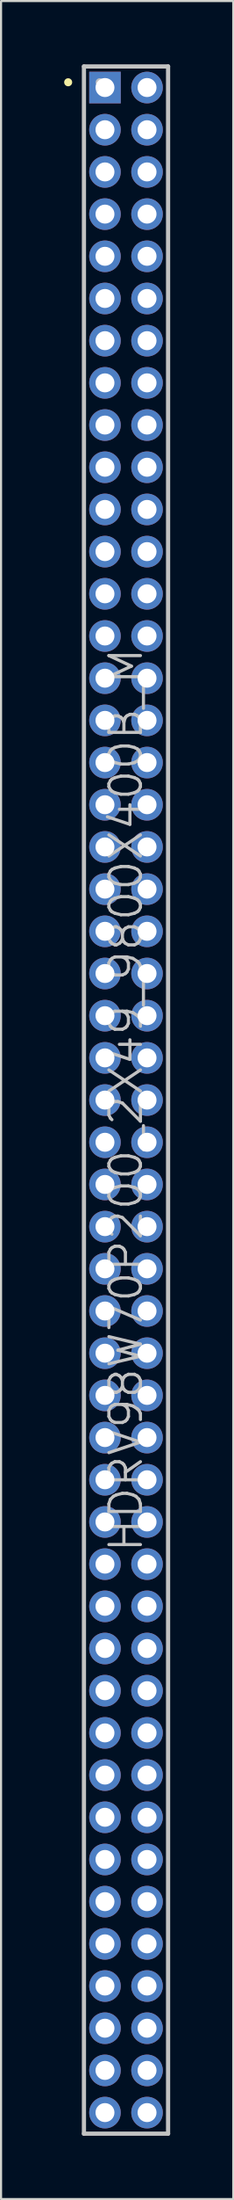
<source format=kicad_pcb>
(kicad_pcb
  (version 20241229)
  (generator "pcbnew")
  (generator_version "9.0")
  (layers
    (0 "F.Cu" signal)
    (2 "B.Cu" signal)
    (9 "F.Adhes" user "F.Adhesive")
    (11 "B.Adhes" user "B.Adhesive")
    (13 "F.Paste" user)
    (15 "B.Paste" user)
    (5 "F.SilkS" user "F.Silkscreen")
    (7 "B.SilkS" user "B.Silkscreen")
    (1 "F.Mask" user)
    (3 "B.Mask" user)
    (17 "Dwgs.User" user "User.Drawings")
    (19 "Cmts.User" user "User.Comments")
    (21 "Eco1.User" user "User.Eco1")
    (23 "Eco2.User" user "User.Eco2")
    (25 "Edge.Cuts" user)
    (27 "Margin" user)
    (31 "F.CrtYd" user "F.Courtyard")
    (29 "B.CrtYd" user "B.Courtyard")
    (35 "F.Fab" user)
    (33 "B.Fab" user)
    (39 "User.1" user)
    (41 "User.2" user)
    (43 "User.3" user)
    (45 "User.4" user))
  (footprint "HDRV98W70P200_2X49_9800X400B_M"
    (layer "F.Cu")
    (at 2.941 49.1)
    (property "Reference" "HDRV98W70P200_2X49_9800X400B_M" (at 0 0 90) (layer "Dwgs.User") (effects (font (size 1.5 1.5) (thickness 0.15))))
    (attr through_hole)
    (fp_line (start -2.75 -48.25) (end -2.75 -48.25) (stroke (width 0.381) (type solid)) (layer "F.SilkS"))
    (fp_line (start -2 -49) (end -2 49) (stroke (width 0.2) (type solid)) (layer "Dwgs.User"))
    (fp_line (start -2 -49) (end 2 -49) (stroke (width 0.2) (type solid)) (layer "Dwgs.User"))
    (fp_line (start -2 49) (end 2 49) (stroke (width 0.2) (type solid)) (layer "Dwgs.User"))
    (fp_line (start -1.25 -48.25) (end -1.25 -48.25) (stroke (width 0.381) (type solid)) (layer "Dwgs.User"))
    (fp_line (start 2 -49) (end 2 49) (stroke (width 0.2) (type solid)) (layer "Dwgs.User"))
    (pad "1" thru_hole rect (at -1 -48) (size 1.5 1.5) (drill 0.9) (layers "*.Cu" "*.Mask"))
    (pad "2" thru_hole circle (at 1 -48 270) (size 1.5 1.5) (drill 0.9) (layers "*.Cu" "*.Mask"))
    (pad "3" thru_hole circle (at -1 -46 270) (size 1.5 1.5) (drill 0.9) (layers "*.Cu" "*.Mask"))
    (pad "4" thru_hole circle (at 1 -46 270) (size 1.5 1.5) (drill 0.9) (layers "*.Cu" "*.Mask"))
    (pad "5" thru_hole circle (at -1 -44 270) (size 1.5 1.5) (drill 0.9) (layers "*.Cu" "*.Mask"))
    (pad "6" thru_hole circle (at 1 -44 270) (size 1.5 1.5) (drill 0.9) (layers "*.Cu" "*.Mask"))
    (pad "7" thru_hole circle (at -1 -42 270) (size 1.5 1.5) (drill 0.9) (layers "*.Cu" "*.Mask"))
    (pad "8" thru_hole circle (at 1 -42 270) (size 1.5 1.5) (drill 0.9) (layers "*.Cu" "*.Mask"))
    (pad "9" thru_hole circle (at -1 -40 270) (size 1.5 1.5) (drill 0.9) (layers "*.Cu" "*.Mask"))
    (pad "10" thru_hole circle (at 1 -40 270) (size 1.5 1.5) (drill 0.9) (layers "*.Cu" "*.Mask"))
    (pad "11" thru_hole circle (at -1 -38 270) (size 1.5 1.5) (drill 0.9) (layers "*.Cu" "*.Mask"))
    (pad "12" thru_hole circle (at 1 -38 270) (size 1.5 1.5) (drill 0.9) (layers "*.Cu" "*.Mask"))
    (pad "13" thru_hole circle (at -1 -36 270) (size 1.5 1.5) (drill 0.9) (layers "*.Cu" "*.Mask"))
    (pad "14" thru_hole circle (at 1 -36 270) (size 1.5 1.5) (drill 0.9) (layers "*.Cu" "*.Mask"))
    (pad "15" thru_hole circle (at -1 -34 270) (size 1.5 1.5) (drill 0.9) (layers "*.Cu" "*.Mask"))
    (pad "16" thru_hole circle (at 1 -34 270) (size 1.5 1.5) (drill 0.9) (layers "*.Cu" "*.Mask"))
    (pad "17" thru_hole circle (at -1 -32 270) (size 1.5 1.5) (drill 0.9) (layers "*.Cu" "*.Mask"))
    (pad "18" thru_hole circle (at 1 -32 270) (size 1.5 1.5) (drill 0.9) (layers "*.Cu" "*.Mask"))
    (pad "19" thru_hole circle (at -1 -30 270) (size 1.5 1.5) (drill 0.9) (layers "*.Cu" "*.Mask"))
    (pad "20" thru_hole circle (at 1 -30 270) (size 1.5 1.5) (drill 0.9) (layers "*.Cu" "*.Mask"))
    (pad "21" thru_hole circle (at -1 -28 270) (size 1.5 1.5) (drill 0.9) (layers "*.Cu" "*.Mask"))
    (pad "22" thru_hole circle (at 1 -28 270) (size 1.5 1.5) (drill 0.9) (layers "*.Cu" "*.Mask"))
    (pad "23" thru_hole circle (at -1 -26 270) (size 1.5 1.5) (drill 0.9) (layers "*.Cu" "*.Mask"))
    (pad "24" thru_hole circle (at 1 -26 270) (size 1.5 1.5) (drill 0.9) (layers "*.Cu" "*.Mask"))
    (pad "25" thru_hole circle (at -1 -24 270) (size 1.5 1.5) (drill 0.9) (layers "*.Cu" "*.Mask"))
    (pad "26" thru_hole circle (at 1 -24 270) (size 1.5 1.5) (drill 0.9) (layers "*.Cu" "*.Mask"))
    (pad "27" thru_hole circle (at -1 -22 270) (size 1.5 1.5) (drill 0.9) (layers "*.Cu" "*.Mask"))
    (pad "28" thru_hole circle (at 1 -22 270) (size 1.5 1.5) (drill 0.9) (layers "*.Cu" "*.Mask"))
    (pad "29" thru_hole circle (at -1 -20 270) (size 1.5 1.5) (drill 0.9) (layers "*.Cu" "*.Mask"))
    (pad "30" thru_hole circle (at 1 -20 270) (size 1.5 1.5) (drill 0.9) (layers "*.Cu" "*.Mask"))
    (pad "31" thru_hole circle (at -1 -18 270) (size 1.5 1.5) (drill 0.9) (layers "*.Cu" "*.Mask"))
    (pad "32" thru_hole circle (at 1 -18 270) (size 1.5 1.5) (drill 0.9) (layers "*.Cu" "*.Mask"))
    (pad "33" thru_hole circle (at -1 -16 270) (size 1.5 1.5) (drill 0.9) (layers "*.Cu" "*.Mask"))
    (pad "34" thru_hole circle (at 1 -16 270) (size 1.5 1.5) (drill 0.9) (layers "*.Cu" "*.Mask"))
    (pad "35" thru_hole circle (at -1 -14 270) (size 1.5 1.5) (drill 0.9) (layers "*.Cu" "*.Mask"))
    (pad "36" thru_hole circle (at 1 -14 270) (size 1.5 1.5) (drill 0.9) (layers "*.Cu" "*.Mask"))
    (pad "37" thru_hole circle (at -1 -12 270) (size 1.5 1.5) (drill 0.9) (layers "*.Cu" "*.Mask"))
    (pad "38" thru_hole circle (at 1 -12 270) (size 1.5 1.5) (drill 0.9) (layers "*.Cu" "*.Mask"))
    (pad "39" thru_hole circle (at -1 -10 270) (size 1.5 1.5) (drill 0.9) (layers "*.Cu" "*.Mask"))
    (pad "40" thru_hole circle (at 1 -10 270) (size 1.5 1.5) (drill 0.9) (layers "*.Cu" "*.Mask"))
    (pad "41" thru_hole circle (at -1 -8 270) (size 1.5 1.5) (drill 0.9) (layers "*.Cu" "*.Mask"))
    (pad "42" thru_hole circle (at 1 -8 270) (size 1.5 1.5) (drill 0.9) (layers "*.Cu" "*.Mask"))
    (pad "43" thru_hole circle (at -1 -6 270) (size 1.5 1.5) (drill 0.9) (layers "*.Cu" "*.Mask"))
    (pad "44" thru_hole circle (at 1 -6 270) (size 1.5 1.5) (drill 0.9) (layers "*.Cu" "*.Mask"))
    (pad "45" thru_hole circle (at -1 -4 270) (size 1.5 1.5) (drill 0.9) (layers "*.Cu" "*.Mask"))
    (pad "46" thru_hole circle (at 1 -4 270) (size 1.5 1.5) (drill 0.9) (layers "*.Cu" "*.Mask"))
    (pad "47" thru_hole circle (at -1 -2 270) (size 1.5 1.5) (drill 0.9) (layers "*.Cu" "*.Mask"))
    (pad "48" thru_hole circle (at 1 -2 270) (size 1.5 1.5) (drill 0.9) (layers "*.Cu" "*.Mask"))
    (pad "49" thru_hole circle (at -1 0 270) (size 1.5 1.5) (drill 0.9) (layers "*.Cu" "*.Mask"))
    (pad "50" thru_hole circle (at 1 0 270) (size 1.5 1.5) (drill 0.9) (layers "*.Cu" "*.Mask"))
    (pad "51" thru_hole circle (at -1 2 270) (size 1.5 1.5) (drill 0.9) (layers "*.Cu" "*.Mask"))
    (pad "52" thru_hole circle (at 1 2 270) (size 1.5 1.5) (drill 0.9) (layers "*.Cu" "*.Mask"))
    (pad "53" thru_hole circle (at -1 4 270) (size 1.5 1.5) (drill 0.9) (layers "*.Cu" "*.Mask"))
    (pad "54" thru_hole circle (at 1 4 270) (size 1.5 1.5) (drill 0.9) (layers "*.Cu" "*.Mask"))
    (pad "55" thru_hole circle (at -1 6 270) (size 1.5 1.5) (drill 0.9) (layers "*.Cu" "*.Mask"))
    (pad "56" thru_hole circle (at 1 6 270) (size 1.5 1.5) (drill 0.9) (layers "*.Cu" "*.Mask"))
    (pad "57" thru_hole circle (at -1 8 270) (size 1.5 1.5) (drill 0.9) (layers "*.Cu" "*.Mask"))
    (pad "58" thru_hole circle (at 1 8 270) (size 1.5 1.5) (drill 0.9) (layers "*.Cu" "*.Mask"))
    (pad "59" thru_hole circle (at -1 10 270) (size 1.5 1.5) (drill 0.9) (layers "*.Cu" "*.Mask"))
    (pad "60" thru_hole circle (at 1 10 270) (size 1.5 1.5) (drill 0.9) (layers "*.Cu" "*.Mask"))
    (pad "61" thru_hole circle (at -1 12 270) (size 1.5 1.5) (drill 0.9) (layers "*.Cu" "*.Mask"))
    (pad "62" thru_hole circle (at 1 12 270) (size 1.5 1.5) (drill 0.9) (layers "*.Cu" "*.Mask"))
    (pad "63" thru_hole circle (at -1 14 270) (size 1.5 1.5) (drill 0.9) (layers "*.Cu" "*.Mask"))
    (pad "64" thru_hole circle (at 1 14 270) (size 1.5 1.5) (drill 0.9) (layers "*.Cu" "*.Mask"))
    (pad "65" thru_hole circle (at -1 16 270) (size 1.5 1.5) (drill 0.9) (layers "*.Cu" "*.Mask"))
    (pad "66" thru_hole circle (at 1 16 270) (size 1.5 1.5) (drill 0.9) (layers "*.Cu" "*.Mask"))
    (pad "67" thru_hole circle (at -1 18 270) (size 1.5 1.5) (drill 0.9) (layers "*.Cu" "*.Mask"))
    (pad "68" thru_hole circle (at 1 18 270) (size 1.5 1.5) (drill 0.9) (layers "*.Cu" "*.Mask"))
    (pad "69" thru_hole circle (at -1 20 270) (size 1.5 1.5) (drill 0.9) (layers "*.Cu" "*.Mask"))
    (pad "70" thru_hole circle (at 1 20 270) (size 1.5 1.5) (drill 0.9) (layers "*.Cu" "*.Mask"))
    (pad "71" thru_hole circle (at -1 22 270) (size 1.5 1.5) (drill 0.9) (layers "*.Cu" "*.Mask"))
    (pad "72" thru_hole circle (at 1 22 270) (size 1.5 1.5) (drill 0.9) (layers "*.Cu" "*.Mask"))
    (pad "73" thru_hole circle (at -1 24 270) (size 1.5 1.5) (drill 0.9) (layers "*.Cu" "*.Mask"))
    (pad "74" thru_hole circle (at 1 24 270) (size 1.5 1.5) (drill 0.9) (layers "*.Cu" "*.Mask"))
    (pad "75" thru_hole circle (at -1 26 270) (size 1.5 1.5) (drill 0.9) (layers "*.Cu" "*.Mask"))
    (pad "76" thru_hole circle (at 1 26 270) (size 1.5 1.5) (drill 0.9) (layers "*.Cu" "*.Mask"))
    (pad "77" thru_hole circle (at -1 28 270) (size 1.5 1.5) (drill 0.9) (layers "*.Cu" "*.Mask"))
    (pad "78" thru_hole circle (at 1 28 270) (size 1.5 1.5) (drill 0.9) (layers "*.Cu" "*.Mask"))
    (pad "79" thru_hole circle (at -1 30 270) (size 1.5 1.5) (drill 0.9) (layers "*.Cu" "*.Mask"))
    (pad "80" thru_hole circle (at 1 30 270) (size 1.5 1.5) (drill 0.9) (layers "*.Cu" "*.Mask"))
    (pad "81" thru_hole circle (at -1 32 270) (size 1.5 1.5) (drill 0.9) (layers "*.Cu" "*.Mask"))
    (pad "82" thru_hole circle (at 1 32 270) (size 1.5 1.5) (drill 0.9) (layers "*.Cu" "*.Mask"))
    (pad "83" thru_hole circle (at -1 34 270) (size 1.5 1.5) (drill 0.9) (layers "*.Cu" "*.Mask"))
    (pad "84" thru_hole circle (at 1 34 270) (size 1.5 1.5) (drill 0.9) (layers "*.Cu" "*.Mask"))
    (pad "85" thru_hole circle (at -1 36 270) (size 1.5 1.5) (drill 0.9) (layers "*.Cu" "*.Mask"))
    (pad "86" thru_hole circle (at 1 36 270) (size 1.5 1.5) (drill 0.9) (layers "*.Cu" "*.Mask"))
    (pad "87" thru_hole circle (at -1 38 270) (size 1.5 1.5) (drill 0.9) (layers "*.Cu" "*.Mask"))
    (pad "88" thru_hole circle (at 1 38 270) (size 1.5 1.5) (drill 0.9) (layers "*.Cu" "*.Mask"))
    (pad "89" thru_hole circle (at -1 40 270) (size 1.5 1.5) (drill 0.9) (layers "*.Cu" "*.Mask"))
    (pad "90" thru_hole circle (at 1 40 270) (size 1.5 1.5) (drill 0.9) (layers "*.Cu" "*.Mask"))
    (pad "91" thru_hole circle (at -1 42 270) (size 1.5 1.5) (drill 0.9) (layers "*.Cu" "*.Mask"))
    (pad "92" thru_hole circle (at 1 42 270) (size 1.5 1.5) (drill 0.9) (layers "*.Cu" "*.Mask"))
    (pad "93" thru_hole circle (at -1 44 270) (size 1.5 1.5) (drill 0.9) (layers "*.Cu" "*.Mask"))
    (pad "94" thru_hole circle (at 1 44 270) (size 1.5 1.5) (drill 0.9) (layers "*.Cu" "*.Mask"))
    (pad "95" thru_hole circle (at -1 46 270) (size 1.5 1.5) (drill 0.9) (layers "*.Cu" "*.Mask"))
    (pad "96" thru_hole circle (at 1 46 270) (size 1.5 1.5) (drill 0.9) (layers "*.Cu" "*.Mask"))
    (pad "97" thru_hole circle (at -1 48 270) (size 1.5 1.5) (drill 0.9) (layers "*.Cu" "*.Mask"))
    (pad "98" thru_hole circle (at 1 48 270) (size 1.5 1.5) (drill 0.9) (layers "*.Cu" "*.Mask")))
  (gr_rect
    (start -3 -3)
    (end 8.04 101.2)
    (stroke (width 0.1) (type default))
    (fill no)
    (layer "Edge.Cuts")))
</source>
